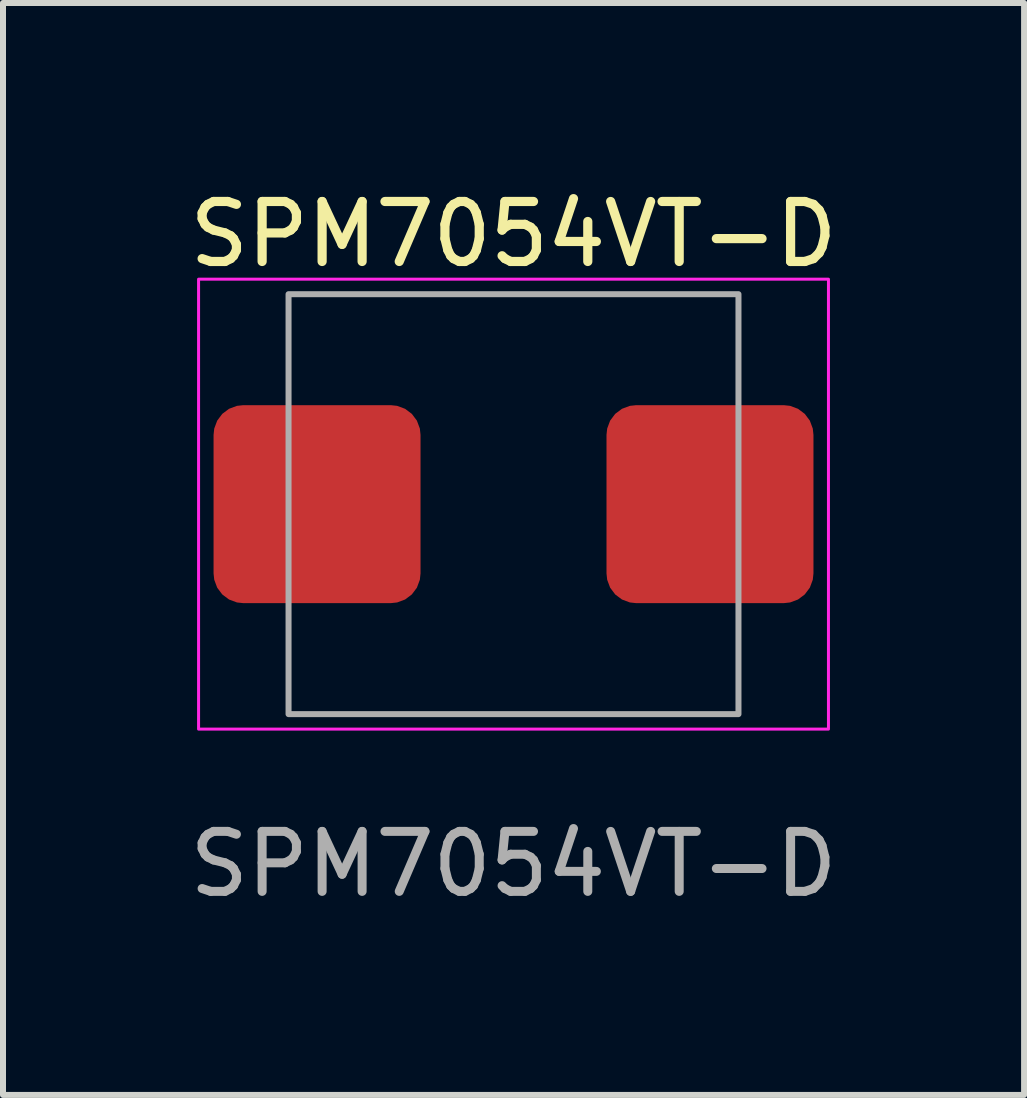
<source format=kicad_pcb>
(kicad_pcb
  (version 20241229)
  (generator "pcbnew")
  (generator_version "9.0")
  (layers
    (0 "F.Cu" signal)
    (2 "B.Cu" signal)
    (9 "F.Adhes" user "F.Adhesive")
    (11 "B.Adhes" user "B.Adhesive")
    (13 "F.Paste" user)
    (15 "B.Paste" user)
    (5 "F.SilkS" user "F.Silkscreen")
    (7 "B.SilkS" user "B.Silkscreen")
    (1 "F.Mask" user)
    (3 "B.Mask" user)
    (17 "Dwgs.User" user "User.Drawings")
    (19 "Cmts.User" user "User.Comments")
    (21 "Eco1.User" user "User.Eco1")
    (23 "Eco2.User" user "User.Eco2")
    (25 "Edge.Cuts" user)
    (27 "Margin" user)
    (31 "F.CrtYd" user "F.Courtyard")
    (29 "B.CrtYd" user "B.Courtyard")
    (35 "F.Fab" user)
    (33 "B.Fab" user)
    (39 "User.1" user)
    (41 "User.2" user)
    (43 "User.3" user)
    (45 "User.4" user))
  (footprint "SPM7054VT-D"
    (layer "F.Cu")
    (at 5.51 5.354)
    (property "Reference" "SPM7054VT-D" (at 0 -4.5 0) (unlocked yes) (layer "F.SilkS") (effects (font (size 1 1) (thickness 0.153))))
    (attr smd)
    (fp_rect (start -5.25 -3.75) (end 5.25 3.75) (stroke (width 0.05) (type default)) (fill no) (layer "F.CrtYd"))
    (fp_rect (start -3.75 -3.5) (end 3.75 3.5) (stroke (width 0.1) (type solid)) (fill no) (layer "F.Fab"))
    (fp_text user "${REFERENCE}" (at 0 6 0) (unlocked yes) (layer "F.Fab") (effects (font (size 1 1) (thickness 0.15))))
    (pad "1" smd roundrect (at -3.275 0) (size 3.45 3.3) (layers "F.Cu" "F.Mask" "F.Paste") (roundrect_rratio 0.15))
    (pad "2" smd roundrect (at 3.275 0) (size 3.45 3.3) (layers "F.Cu" "F.Mask" "F.Paste") (roundrect_rratio 0.15)))
  (gr_rect
    (start -3 -3)
    (end 14.021 15.202)
    (stroke (width 0.1) (type default))
    (fill no)
    (layer "Edge.Cuts")))
</source>
